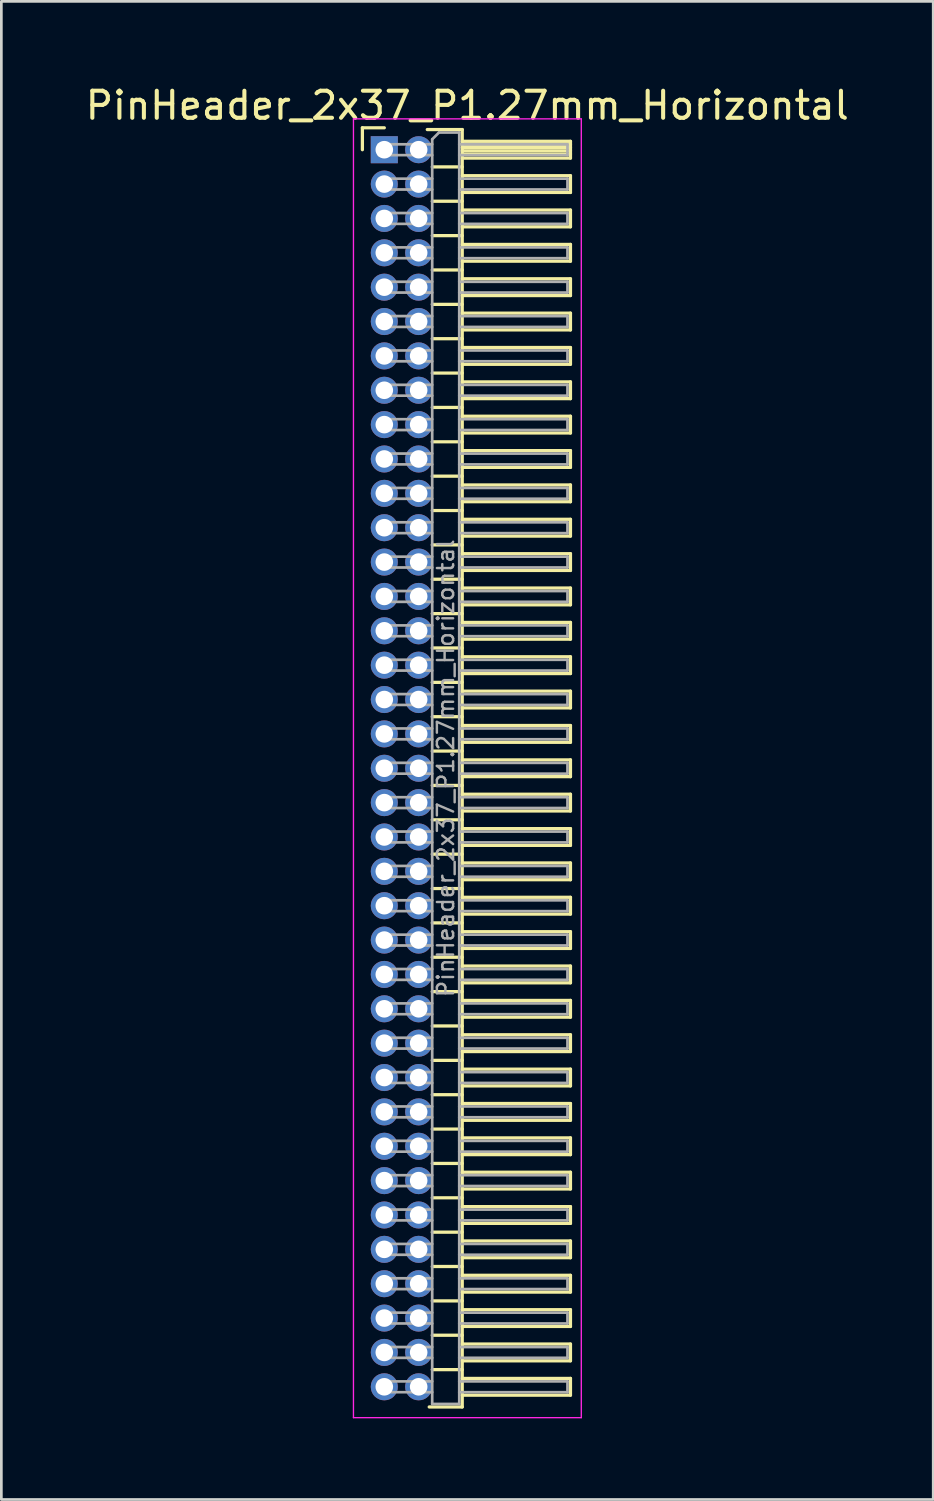
<source format=kicad_pcb>
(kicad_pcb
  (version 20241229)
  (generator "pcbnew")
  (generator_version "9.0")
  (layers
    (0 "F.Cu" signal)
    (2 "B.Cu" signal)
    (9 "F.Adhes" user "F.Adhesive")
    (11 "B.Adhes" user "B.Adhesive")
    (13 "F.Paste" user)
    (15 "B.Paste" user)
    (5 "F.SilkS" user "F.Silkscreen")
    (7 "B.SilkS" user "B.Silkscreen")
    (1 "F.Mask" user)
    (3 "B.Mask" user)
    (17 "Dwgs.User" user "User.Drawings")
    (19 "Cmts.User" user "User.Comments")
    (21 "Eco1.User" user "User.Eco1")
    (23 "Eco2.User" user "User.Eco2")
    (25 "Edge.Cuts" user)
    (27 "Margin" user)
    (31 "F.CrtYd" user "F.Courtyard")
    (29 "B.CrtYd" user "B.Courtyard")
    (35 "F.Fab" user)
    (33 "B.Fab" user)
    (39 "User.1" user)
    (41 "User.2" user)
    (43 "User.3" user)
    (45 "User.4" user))
  (footprint "PinHeader_2x37_P1.27mm_Horizontal"
    (layer "F.Cu")
    (at 11.153 2.483)
    (property "Reference" "PinHeader_2x37_P1.27mm_Horizontal" (at 3.067 -1.635 0) (layer "F.SilkS") (effects (font (size 1 1) (thickness 0.15))))
    (attr through_hole)
    (fp_line (start -0.81 -0.81) (end 0 -0.81) (stroke (width 0.12) (type solid)) (layer "F.SilkS"))
    (fp_line (start -0.81 0) (end -0.81 -0.81) (stroke (width 0.12) (type solid)) (layer "F.SilkS"))
    (fp_line (start 1.588 -0.745) (end 2.88 -0.745) (stroke (width 0.12) (type solid)) (layer "F.SilkS"))
    (fp_line (start 1.773 0.635) (end 2.88 0.635) (stroke (width 0.12) (type solid)) (layer "F.SilkS"))
    (fp_line (start 1.773 1.905) (end 2.88 1.905) (stroke (width 0.12) (type solid)) (layer "F.SilkS"))
    (fp_line (start 1.773 3.175) (end 2.88 3.175) (stroke (width 0.12) (type solid)) (layer "F.SilkS"))
    (fp_line (start 1.773 4.445) (end 2.88 4.445) (stroke (width 0.12) (type solid)) (layer "F.SilkS"))
    (fp_line (start 1.773 5.715) (end 2.88 5.715) (stroke (width 0.12) (type solid)) (layer "F.SilkS"))
    (fp_line (start 1.773 6.985) (end 2.88 6.985) (stroke (width 0.12) (type solid)) (layer "F.SilkS"))
    (fp_line (start 1.773 8.255) (end 2.88 8.255) (stroke (width 0.12) (type solid)) (layer "F.SilkS"))
    (fp_line (start 1.773 9.525) (end 2.88 9.525) (stroke (width 0.12) (type solid)) (layer "F.SilkS"))
    (fp_line (start 1.773 10.795) (end 2.88 10.795) (stroke (width 0.12) (type solid)) (layer "F.SilkS"))
    (fp_line (start 1.773 12.065) (end 2.88 12.065) (stroke (width 0.12) (type solid)) (layer "F.SilkS"))
    (fp_line (start 1.773 13.335) (end 2.88 13.335) (stroke (width 0.12) (type solid)) (layer "F.SilkS"))
    (fp_line (start 1.773 14.605) (end 2.88 14.605) (stroke (width 0.12) (type solid)) (layer "F.SilkS"))
    (fp_line (start 1.773 15.875) (end 2.88 15.875) (stroke (width 0.12) (type solid)) (layer "F.SilkS"))
    (fp_line (start 1.773 17.145) (end 2.88 17.145) (stroke (width 0.12) (type solid)) (layer "F.SilkS"))
    (fp_line (start 1.773 18.415) (end 2.88 18.415) (stroke (width 0.12) (type solid)) (layer "F.SilkS"))
    (fp_line (start 1.773 19.685) (end 2.88 19.685) (stroke (width 0.12) (type solid)) (layer "F.SilkS"))
    (fp_line (start 1.773 20.955) (end 2.88 20.955) (stroke (width 0.12) (type solid)) (layer "F.SilkS"))
    (fp_line (start 1.773 22.225) (end 2.88 22.225) (stroke (width 0.12) (type solid)) (layer "F.SilkS"))
    (fp_line (start 1.773 23.495) (end 2.88 23.495) (stroke (width 0.12) (type solid)) (layer "F.SilkS"))
    (fp_line (start 1.773 24.765) (end 2.88 24.765) (stroke (width 0.12) (type solid)) (layer "F.SilkS"))
    (fp_line (start 1.773 26.035) (end 2.88 26.035) (stroke (width 0.12) (type solid)) (layer "F.SilkS"))
    (fp_line (start 1.773 27.305) (end 2.88 27.305) (stroke (width 0.12) (type solid)) (layer "F.SilkS"))
    (fp_line (start 1.773 28.575) (end 2.88 28.575) (stroke (width 0.12) (type solid)) (layer "F.SilkS"))
    (fp_line (start 1.773 29.845) (end 2.88 29.845) (stroke (width 0.12) (type solid)) (layer "F.SilkS"))
    (fp_line (start 1.773 31.115) (end 2.88 31.115) (stroke (width 0.12) (type solid)) (layer "F.SilkS"))
    (fp_line (start 1.773 32.385) (end 2.88 32.385) (stroke (width 0.12) (type solid)) (layer "F.SilkS"))
    (fp_line (start 1.773 33.655) (end 2.88 33.655) (stroke (width 0.12) (type solid)) (layer "F.SilkS"))
    (fp_line (start 1.773 34.925) (end 2.88 34.925) (stroke (width 0.12) (type solid)) (layer "F.SilkS"))
    (fp_line (start 1.773 36.195) (end 2.88 36.195) (stroke (width 0.12) (type solid)) (layer "F.SilkS"))
    (fp_line (start 1.773 37.465) (end 2.88 37.465) (stroke (width 0.12) (type solid)) (layer "F.SilkS"))
    (fp_line (start 1.773 38.735) (end 2.88 38.735) (stroke (width 0.12) (type solid)) (layer "F.SilkS"))
    (fp_line (start 1.773 40.005) (end 2.88 40.005) (stroke (width 0.12) (type solid)) (layer "F.SilkS"))
    (fp_line (start 1.773 41.275) (end 2.88 41.275) (stroke (width 0.12) (type solid)) (layer "F.SilkS"))
    (fp_line (start 1.773 42.545) (end 2.88 42.545) (stroke (width 0.12) (type solid)) (layer "F.SilkS"))
    (fp_line (start 1.773 43.815) (end 2.88 43.815) (stroke (width 0.12) (type solid)) (layer "F.SilkS"))
    (fp_line (start 1.773 45.085) (end 2.88 45.085) (stroke (width 0.12) (type solid)) (layer "F.SilkS"))
    (fp_line (start 2.88 -0.745) (end 2.88 46.465) (stroke (width 0.12) (type solid)) (layer "F.SilkS"))
    (fp_line (start 2.88 -0.31) (end 6.88 -0.31) (stroke (width 0.12) (type solid)) (layer "F.SilkS"))
    (fp_line (start 2.88 -0.2) (end 6.88 -0.2) (stroke (width 0.12) (type solid)) (layer "F.SilkS"))
    (fp_line (start 2.88 -0.08) (end 6.88 -0.08) (stroke (width 0.12) (type solid)) (layer "F.SilkS"))
    (fp_line (start 2.88 0.04) (end 6.88 0.04) (stroke (width 0.12) (type solid)) (layer "F.SilkS"))
    (fp_line (start 2.88 0.16) (end 6.88 0.16) (stroke (width 0.12) (type solid)) (layer "F.SilkS"))
    (fp_line (start 2.88 0.96) (end 6.88 0.96) (stroke (width 0.12) (type solid)) (layer "F.SilkS"))
    (fp_line (start 2.88 2.23) (end 6.88 2.23) (stroke (width 0.12) (type solid)) (layer "F.SilkS"))
    (fp_line (start 2.88 3.5) (end 6.88 3.5) (stroke (width 0.12) (type solid)) (layer "F.SilkS"))
    (fp_line (start 2.88 4.77) (end 6.88 4.77) (stroke (width 0.12) (type solid)) (layer "F.SilkS"))
    (fp_line (start 2.88 6.04) (end 6.88 6.04) (stroke (width 0.12) (type solid)) (layer "F.SilkS"))
    (fp_line (start 2.88 7.31) (end 6.88 7.31) (stroke (width 0.12) (type solid)) (layer "F.SilkS"))
    (fp_line (start 2.88 8.58) (end 6.88 8.58) (stroke (width 0.12) (type solid)) (layer "F.SilkS"))
    (fp_line (start 2.88 9.85) (end 6.88 9.85) (stroke (width 0.12) (type solid)) (layer "F.SilkS"))
    (fp_line (start 2.88 11.12) (end 6.88 11.12) (stroke (width 0.12) (type solid)) (layer "F.SilkS"))
    (fp_line (start 2.88 12.39) (end 6.88 12.39) (stroke (width 0.12) (type solid)) (layer "F.SilkS"))
    (fp_line (start 2.88 13.66) (end 6.88 13.66) (stroke (width 0.12) (type solid)) (layer "F.SilkS"))
    (fp_line (start 2.88 14.93) (end 6.88 14.93) (stroke (width 0.12) (type solid)) (layer "F.SilkS"))
    (fp_line (start 2.88 16.2) (end 6.88 16.2) (stroke (width 0.12) (type solid)) (layer "F.SilkS"))
    (fp_line (start 2.88 17.47) (end 6.88 17.47) (stroke (width 0.12) (type solid)) (layer "F.SilkS"))
    (fp_line (start 2.88 18.74) (end 6.88 18.74) (stroke (width 0.12) (type solid)) (layer "F.SilkS"))
    (fp_line (start 2.88 20.01) (end 6.88 20.01) (stroke (width 0.12) (type solid)) (layer "F.SilkS"))
    (fp_line (start 2.88 21.28) (end 6.88 21.28) (stroke (width 0.12) (type solid)) (layer "F.SilkS"))
    (fp_line (start 2.88 22.55) (end 6.88 22.55) (stroke (width 0.12) (type solid)) (layer "F.SilkS"))
    (fp_line (start 2.88 23.82) (end 6.88 23.82) (stroke (width 0.12) (type solid)) (layer "F.SilkS"))
    (fp_line (start 2.88 25.09) (end 6.88 25.09) (stroke (width 0.12) (type solid)) (layer "F.SilkS"))
    (fp_line (start 2.88 26.36) (end 6.88 26.36) (stroke (width 0.12) (type solid)) (layer "F.SilkS"))
    (fp_line (start 2.88 27.63) (end 6.88 27.63) (stroke (width 0.12) (type solid)) (layer "F.SilkS"))
    (fp_line (start 2.88 28.9) (end 6.88 28.9) (stroke (width 0.12) (type solid)) (layer "F.SilkS"))
    (fp_line (start 2.88 30.17) (end 6.88 30.17) (stroke (width 0.12) (type solid)) (layer "F.SilkS"))
    (fp_line (start 2.88 31.44) (end 6.88 31.44) (stroke (width 0.12) (type solid)) (layer "F.SilkS"))
    (fp_line (start 2.88 32.71) (end 6.88 32.71) (stroke (width 0.12) (type solid)) (layer "F.SilkS"))
    (fp_line (start 2.88 33.98) (end 6.88 33.98) (stroke (width 0.12) (type solid)) (layer "F.SilkS"))
    (fp_line (start 2.88 35.25) (end 6.88 35.25) (stroke (width 0.12) (type solid)) (layer "F.SilkS"))
    (fp_line (start 2.88 36.52) (end 6.88 36.52) (stroke (width 0.12) (type solid)) (layer "F.SilkS"))
    (fp_line (start 2.88 37.79) (end 6.88 37.79) (stroke (width 0.12) (type solid)) (layer "F.SilkS"))
    (fp_line (start 2.88 39.06) (end 6.88 39.06) (stroke (width 0.12) (type solid)) (layer "F.SilkS"))
    (fp_line (start 2.88 40.33) (end 6.88 40.33) (stroke (width 0.12) (type solid)) (layer "F.SilkS"))
    (fp_line (start 2.88 41.6) (end 6.88 41.6) (stroke (width 0.12) (type solid)) (layer "F.SilkS"))
    (fp_line (start 2.88 42.87) (end 6.88 42.87) (stroke (width 0.12) (type solid)) (layer "F.SilkS"))
    (fp_line (start 2.88 44.14) (end 6.88 44.14) (stroke (width 0.12) (type solid)) (layer "F.SilkS"))
    (fp_line (start 2.88 45.41) (end 6.88 45.41) (stroke (width 0.12) (type solid)) (layer "F.SilkS"))
    (fp_line (start 2.88 46.465) (end 1.66 46.465) (stroke (width 0.12) (type solid)) (layer "F.SilkS"))
    (fp_line (start 6.88 -0.31) (end 6.88 0.31) (stroke (width 0.12) (type solid)) (layer "F.SilkS"))
    (fp_line (start 6.88 0.31) (end 2.88 0.31) (stroke (width 0.12) (type solid)) (layer "F.SilkS"))
    (fp_line (start 6.88 0.96) (end 6.88 1.58) (stroke (width 0.12) (type solid)) (layer "F.SilkS"))
    (fp_line (start 6.88 1.58) (end 2.88 1.58) (stroke (width 0.12) (type solid)) (layer "F.SilkS"))
    (fp_line (start 6.88 2.23) (end 6.88 2.85) (stroke (width 0.12) (type solid)) (layer "F.SilkS"))
    (fp_line (start 6.88 2.85) (end 2.88 2.85) (stroke (width 0.12) (type solid)) (layer "F.SilkS"))
    (fp_line (start 6.88 3.5) (end 6.88 4.12) (stroke (width 0.12) (type solid)) (layer "F.SilkS"))
    (fp_line (start 6.88 4.12) (end 2.88 4.12) (stroke (width 0.12) (type solid)) (layer "F.SilkS"))
    (fp_line (start 6.88 4.77) (end 6.88 5.39) (stroke (width 0.12) (type solid)) (layer "F.SilkS"))
    (fp_line (start 6.88 5.39) (end 2.88 5.39) (stroke (width 0.12) (type solid)) (layer "F.SilkS"))
    (fp_line (start 6.88 6.04) (end 6.88 6.66) (stroke (width 0.12) (type solid)) (layer "F.SilkS"))
    (fp_line (start 6.88 6.66) (end 2.88 6.66) (stroke (width 0.12) (type solid)) (layer "F.SilkS"))
    (fp_line (start 6.88 7.31) (end 6.88 7.93) (stroke (width 0.12) (type solid)) (layer "F.SilkS"))
    (fp_line (start 6.88 7.93) (end 2.88 7.93) (stroke (width 0.12) (type solid)) (layer "F.SilkS"))
    (fp_line (start 6.88 8.58) (end 6.88 9.2) (stroke (width 0.12) (type solid)) (layer "F.SilkS"))
    (fp_line (start 6.88 9.2) (end 2.88 9.2) (stroke (width 0.12) (type solid)) (layer "F.SilkS"))
    (fp_line (start 6.88 9.85) (end 6.88 10.47) (stroke (width 0.12) (type solid)) (layer "F.SilkS"))
    (fp_line (start 6.88 10.47) (end 2.88 10.47) (stroke (width 0.12) (type solid)) (layer "F.SilkS"))
    (fp_line (start 6.88 11.12) (end 6.88 11.74) (stroke (width 0.12) (type solid)) (layer "F.SilkS"))
    (fp_line (start 6.88 11.74) (end 2.88 11.74) (stroke (width 0.12) (type solid)) (layer "F.SilkS"))
    (fp_line (start 6.88 12.39) (end 6.88 13.01) (stroke (width 0.12) (type solid)) (layer "F.SilkS"))
    (fp_line (start 6.88 13.01) (end 2.88 13.01) (stroke (width 0.12) (type solid)) (layer "F.SilkS"))
    (fp_line (start 6.88 13.66) (end 6.88 14.28) (stroke (width 0.12) (type solid)) (layer "F.SilkS"))
    (fp_line (start 6.88 14.28) (end 2.88 14.28) (stroke (width 0.12) (type solid)) (layer "F.SilkS"))
    (fp_line (start 6.88 14.93) (end 6.88 15.55) (stroke (width 0.12) (type solid)) (layer "F.SilkS"))
    (fp_line (start 6.88 15.55) (end 2.88 15.55) (stroke (width 0.12) (type solid)) (layer "F.SilkS"))
    (fp_line (start 6.88 16.2) (end 6.88 16.82) (stroke (width 0.12) (type solid)) (layer "F.SilkS"))
    (fp_line (start 6.88 16.82) (end 2.88 16.82) (stroke (width 0.12) (type solid)) (layer "F.SilkS"))
    (fp_line (start 6.88 17.47) (end 6.88 18.09) (stroke (width 0.12) (type solid)) (layer "F.SilkS"))
    (fp_line (start 6.88 18.09) (end 2.88 18.09) (stroke (width 0.12) (type solid)) (layer "F.SilkS"))
    (fp_line (start 6.88 18.74) (end 6.88 19.36) (stroke (width 0.12) (type solid)) (layer "F.SilkS"))
    (fp_line (start 6.88 19.36) (end 2.88 19.36) (stroke (width 0.12) (type solid)) (layer "F.SilkS"))
    (fp_line (start 6.88 20.01) (end 6.88 20.63) (stroke (width 0.12) (type solid)) (layer "F.SilkS"))
    (fp_line (start 6.88 20.63) (end 2.88 20.63) (stroke (width 0.12) (type solid)) (layer "F.SilkS"))
    (fp_line (start 6.88 21.28) (end 6.88 21.9) (stroke (width 0.12) (type solid)) (layer "F.SilkS"))
    (fp_line (start 6.88 21.9) (end 2.88 21.9) (stroke (width 0.12) (type solid)) (layer "F.SilkS"))
    (fp_line (start 6.88 22.55) (end 6.88 23.17) (stroke (width 0.12) (type solid)) (layer "F.SilkS"))
    (fp_line (start 6.88 23.17) (end 2.88 23.17) (stroke (width 0.12) (type solid)) (layer "F.SilkS"))
    (fp_line (start 6.88 23.82) (end 6.88 24.44) (stroke (width 0.12) (type solid)) (layer "F.SilkS"))
    (fp_line (start 6.88 24.44) (end 2.88 24.44) (stroke (width 0.12) (type solid)) (layer "F.SilkS"))
    (fp_line (start 6.88 25.09) (end 6.88 25.71) (stroke (width 0.12) (type solid)) (layer "F.SilkS"))
    (fp_line (start 6.88 25.71) (end 2.88 25.71) (stroke (width 0.12) (type solid)) (layer "F.SilkS"))
    (fp_line (start 6.88 26.36) (end 6.88 26.98) (stroke (width 0.12) (type solid)) (layer "F.SilkS"))
    (fp_line (start 6.88 26.98) (end 2.88 26.98) (stroke (width 0.12) (type solid)) (layer "F.SilkS"))
    (fp_line (start 6.88 27.63) (end 6.88 28.25) (stroke (width 0.12) (type solid)) (layer "F.SilkS"))
    (fp_line (start 6.88 28.25) (end 2.88 28.25) (stroke (width 0.12) (type solid)) (layer "F.SilkS"))
    (fp_line (start 6.88 28.9) (end 6.88 29.52) (stroke (width 0.12) (type solid)) (layer "F.SilkS"))
    (fp_line (start 6.88 29.52) (end 2.88 29.52) (stroke (width 0.12) (type solid)) (layer "F.SilkS"))
    (fp_line (start 6.88 30.17) (end 6.88 30.79) (stroke (width 0.12) (type solid)) (layer "F.SilkS"))
    (fp_line (start 6.88 30.79) (end 2.88 30.79) (stroke (width 0.12) (type solid)) (layer "F.SilkS"))
    (fp_line (start 6.88 31.44) (end 6.88 32.06) (stroke (width 0.12) (type solid)) (layer "F.SilkS"))
    (fp_line (start 6.88 32.06) (end 2.88 32.06) (stroke (width 0.12) (type solid)) (layer "F.SilkS"))
    (fp_line (start 6.88 32.71) (end 6.88 33.33) (stroke (width 0.12) (type solid)) (layer "F.SilkS"))
    (fp_line (start 6.88 33.33) (end 2.88 33.33) (stroke (width 0.12) (type solid)) (layer "F.SilkS"))
    (fp_line (start 6.88 33.98) (end 6.88 34.6) (stroke (width 0.12) (type solid)) (layer "F.SilkS"))
    (fp_line (start 6.88 34.6) (end 2.88 34.6) (stroke (width 0.12) (type solid)) (layer "F.SilkS"))
    (fp_line (start 6.88 35.25) (end 6.88 35.87) (stroke (width 0.12) (type solid)) (layer "F.SilkS"))
    (fp_line (start 6.88 35.87) (end 2.88 35.87) (stroke (width 0.12) (type solid)) (layer "F.SilkS"))
    (fp_line (start 6.88 36.52) (end 6.88 37.14) (stroke (width 0.12) (type solid)) (layer "F.SilkS"))
    (fp_line (start 6.88 37.14) (end 2.88 37.14) (stroke (width 0.12) (type solid)) (layer "F.SilkS"))
    (fp_line (start 6.88 37.79) (end 6.88 38.41) (stroke (width 0.12) (type solid)) (layer "F.SilkS"))
    (fp_line (start 6.88 38.41) (end 2.88 38.41) (stroke (width 0.12) (type solid)) (layer "F.SilkS"))
    (fp_line (start 6.88 39.06) (end 6.88 39.68) (stroke (width 0.12) (type solid)) (layer "F.SilkS"))
    (fp_line (start 6.88 39.68) (end 2.88 39.68) (stroke (width 0.12) (type solid)) (layer "F.SilkS"))
    (fp_line (start 6.88 40.33) (end 6.88 40.95) (stroke (width 0.12) (type solid)) (layer "F.SilkS"))
    (fp_line (start 6.88 40.95) (end 2.88 40.95) (stroke (width 0.12) (type solid)) (layer "F.SilkS"))
    (fp_line (start 6.88 41.6) (end 6.88 42.22) (stroke (width 0.12) (type solid)) (layer "F.SilkS"))
    (fp_line (start 6.88 42.22) (end 2.88 42.22) (stroke (width 0.12) (type solid)) (layer "F.SilkS"))
    (fp_line (start 6.88 42.87) (end 6.88 43.49) (stroke (width 0.12) (type solid)) (layer "F.SilkS"))
    (fp_line (start 6.88 43.49) (end 2.88 43.49) (stroke (width 0.12) (type solid)) (layer "F.SilkS"))
    (fp_line (start 6.88 44.14) (end 6.88 44.76) (stroke (width 0.12) (type solid)) (layer "F.SilkS"))
    (fp_line (start 6.88 44.76) (end 2.88 44.76) (stroke (width 0.12) (type solid)) (layer "F.SilkS"))
    (fp_line (start 6.88 45.41) (end 6.88 46.03) (stroke (width 0.12) (type solid)) (layer "F.SilkS"))
    (fp_line (start 6.88 46.03) (end 2.88 46.03) (stroke (width 0.12) (type solid)) (layer "F.SilkS"))
    (fp_line (start -1.14 -1.14) (end -1.14 46.86) (stroke (width 0.05) (type solid)) (layer "F.CrtYd"))
    (fp_line (start -1.14 46.86) (end 7.28 46.86) (stroke (width 0.05) (type solid)) (layer "F.CrtYd"))
    (fp_line (start 7.28 -1.14) (end -1.14 -1.14) (stroke (width 0.05) (type solid)) (layer "F.CrtYd"))
    (fp_line (start 7.28 46.86) (end 7.28 -1.14) (stroke (width 0.05) (type solid)) (layer "F.CrtYd"))
    (fp_line (start -0.2 -0.2) (end -0.2 0.2) (stroke (width 0.1) (type solid)) (layer "F.Fab"))
    (fp_line (start -0.2 -0.2) (end 1.77 -0.2) (stroke (width 0.1) (type solid)) (layer "F.Fab"))
    (fp_line (start -0.2 0.2) (end 1.77 0.2) (stroke (width 0.1) (type solid)) (layer "F.Fab"))
    (fp_line (start -0.2 1.07) (end -0.2 1.47) (stroke (width 0.1) (type solid)) (layer "F.Fab"))
    (fp_line (start -0.2 1.07) (end 1.77 1.07) (stroke (width 0.1) (type solid)) (layer "F.Fab"))
    (fp_line (start -0.2 1.47) (end 1.77 1.47) (stroke (width 0.1) (type solid)) (layer "F.Fab"))
    (fp_line (start -0.2 2.34) (end -0.2 2.74) (stroke (width 0.1) (type solid)) (layer "F.Fab"))
    (fp_line (start -0.2 2.34) (end 1.77 2.34) (stroke (width 0.1) (type solid)) (layer "F.Fab"))
    (fp_line (start -0.2 2.74) (end 1.77 2.74) (stroke (width 0.1) (type solid)) (layer "F.Fab"))
    (fp_line (start -0.2 3.61) (end -0.2 4.01) (stroke (width 0.1) (type solid)) (layer "F.Fab"))
    (fp_line (start -0.2 3.61) (end 1.77 3.61) (stroke (width 0.1) (type solid)) (layer "F.Fab"))
    (fp_line (start -0.2 4.01) (end 1.77 4.01) (stroke (width 0.1) (type solid)) (layer "F.Fab"))
    (fp_line (start -0.2 4.88) (end -0.2 5.28) (stroke (width 0.1) (type solid)) (layer "F.Fab"))
    (fp_line (start -0.2 4.88) (end 1.77 4.88) (stroke (width 0.1) (type solid)) (layer "F.Fab"))
    (fp_line (start -0.2 5.28) (end 1.77 5.28) (stroke (width 0.1) (type solid)) (layer "F.Fab"))
    (fp_line (start -0.2 6.15) (end -0.2 6.55) (stroke (width 0.1) (type solid)) (layer "F.Fab"))
    (fp_line (start -0.2 6.15) (end 1.77 6.15) (stroke (width 0.1) (type solid)) (layer "F.Fab"))
    (fp_line (start -0.2 6.55) (end 1.77 6.55) (stroke (width 0.1) (type solid)) (layer "F.Fab"))
    (fp_line (start -0.2 7.42) (end -0.2 7.82) (stroke (width 0.1) (type solid)) (layer "F.Fab"))
    (fp_line (start -0.2 7.42) (end 1.77 7.42) (stroke (width 0.1) (type solid)) (layer "F.Fab"))
    (fp_line (start -0.2 7.82) (end 1.77 7.82) (stroke (width 0.1) (type solid)) (layer "F.Fab"))
    (fp_line (start -0.2 8.69) (end -0.2 9.09) (stroke (width 0.1) (type solid)) (layer "F.Fab"))
    (fp_line (start -0.2 8.69) (end 1.77 8.69) (stroke (width 0.1) (type solid)) (layer "F.Fab"))
    (fp_line (start -0.2 9.09) (end 1.77 9.09) (stroke (width 0.1) (type solid)) (layer "F.Fab"))
    (fp_line (start -0.2 9.96) (end -0.2 10.36) (stroke (width 0.1) (type solid)) (layer "F.Fab"))
    (fp_line (start -0.2 9.96) (end 1.77 9.96) (stroke (width 0.1) (type solid)) (layer "F.Fab"))
    (fp_line (start -0.2 10.36) (end 1.77 10.36) (stroke (width 0.1) (type solid)) (layer "F.Fab"))
    (fp_line (start -0.2 11.23) (end -0.2 11.63) (stroke (width 0.1) (type solid)) (layer "F.Fab"))
    (fp_line (start -0.2 11.23) (end 1.77 11.23) (stroke (width 0.1) (type solid)) (layer "F.Fab"))
    (fp_line (start -0.2 11.63) (end 1.77 11.63) (stroke (width 0.1) (type solid)) (layer "F.Fab"))
    (fp_line (start -0.2 12.5) (end -0.2 12.9) (stroke (width 0.1) (type solid)) (layer "F.Fab"))
    (fp_line (start -0.2 12.5) (end 1.77 12.5) (stroke (width 0.1) (type solid)) (layer "F.Fab"))
    (fp_line (start -0.2 12.9) (end 1.77 12.9) (stroke (width 0.1) (type solid)) (layer "F.Fab"))
    (fp_line (start -0.2 13.77) (end -0.2 14.17) (stroke (width 0.1) (type solid)) (layer "F.Fab"))
    (fp_line (start -0.2 13.77) (end 1.77 13.77) (stroke (width 0.1) (type solid)) (layer "F.Fab"))
    (fp_line (start -0.2 14.17) (end 1.77 14.17) (stroke (width 0.1) (type solid)) (layer "F.Fab"))
    (fp_line (start -0.2 15.04) (end -0.2 15.44) (stroke (width 0.1) (type solid)) (layer "F.Fab"))
    (fp_line (start -0.2 15.04) (end 1.77 15.04) (stroke (width 0.1) (type solid)) (layer "F.Fab"))
    (fp_line (start -0.2 15.44) (end 1.77 15.44) (stroke (width 0.1) (type solid)) (layer "F.Fab"))
    (fp_line (start -0.2 16.31) (end -0.2 16.71) (stroke (width 0.1) (type solid)) (layer "F.Fab"))
    (fp_line (start -0.2 16.31) (end 1.77 16.31) (stroke (width 0.1) (type solid)) (layer "F.Fab"))
    (fp_line (start -0.2 16.71) (end 1.77 16.71) (stroke (width 0.1) (type solid)) (layer "F.Fab"))
    (fp_line (start -0.2 17.58) (end -0.2 17.98) (stroke (width 0.1) (type solid)) (layer "F.Fab"))
    (fp_line (start -0.2 17.58) (end 1.77 17.58) (stroke (width 0.1) (type solid)) (layer "F.Fab"))
    (fp_line (start -0.2 17.98) (end 1.77 17.98) (stroke (width 0.1) (type solid)) (layer "F.Fab"))
    (fp_line (start -0.2 18.85) (end -0.2 19.25) (stroke (width 0.1) (type solid)) (layer "F.Fab"))
    (fp_line (start -0.2 18.85) (end 1.77 18.85) (stroke (width 0.1) (type solid)) (layer "F.Fab"))
    (fp_line (start -0.2 19.25) (end 1.77 19.25) (stroke (width 0.1) (type solid)) (layer "F.Fab"))
    (fp_line (start -0.2 20.12) (end -0.2 20.52) (stroke (width 0.1) (type solid)) (layer "F.Fab"))
    (fp_line (start -0.2 20.12) (end 1.77 20.12) (stroke (width 0.1) (type solid)) (layer "F.Fab"))
    (fp_line (start -0.2 20.52) (end 1.77 20.52) (stroke (width 0.1) (type solid)) (layer "F.Fab"))
    (fp_line (start -0.2 21.39) (end -0.2 21.79) (stroke (width 0.1) (type solid)) (layer "F.Fab"))
    (fp_line (start -0.2 21.39) (end 1.77 21.39) (stroke (width 0.1) (type solid)) (layer "F.Fab"))
    (fp_line (start -0.2 21.79) (end 1.77 21.79) (stroke (width 0.1) (type solid)) (layer "F.Fab"))
    (fp_line (start -0.2 22.66) (end -0.2 23.06) (stroke (width 0.1) (type solid)) (layer "F.Fab"))
    (fp_line (start -0.2 22.66) (end 1.77 22.66) (stroke (width 0.1) (type solid)) (layer "F.Fab"))
    (fp_line (start -0.2 23.06) (end 1.77 23.06) (stroke (width 0.1) (type solid)) (layer "F.Fab"))
    (fp_line (start -0.2 23.93) (end -0.2 24.33) (stroke (width 0.1) (type solid)) (layer "F.Fab"))
    (fp_line (start -0.2 23.93) (end 1.77 23.93) (stroke (width 0.1) (type solid)) (layer "F.Fab"))
    (fp_line (start -0.2 24.33) (end 1.77 24.33) (stroke (width 0.1) (type solid)) (layer "F.Fab"))
    (fp_line (start -0.2 25.2) (end -0.2 25.6) (stroke (width 0.1) (type solid)) (layer "F.Fab"))
    (fp_line (start -0.2 25.2) (end 1.77 25.2) (stroke (width 0.1) (type solid)) (layer "F.Fab"))
    (fp_line (start -0.2 25.6) (end 1.77 25.6) (stroke (width 0.1) (type solid)) (layer "F.Fab"))
    (fp_line (start -0.2 26.47) (end -0.2 26.87) (stroke (width 0.1) (type solid)) (layer "F.Fab"))
    (fp_line (start -0.2 26.47) (end 1.77 26.47) (stroke (width 0.1) (type solid)) (layer "F.Fab"))
    (fp_line (start -0.2 26.87) (end 1.77 26.87) (stroke (width 0.1) (type solid)) (layer "F.Fab"))
    (fp_line (start -0.2 27.74) (end -0.2 28.14) (stroke (width 0.1) (type solid)) (layer "F.Fab"))
    (fp_line (start -0.2 27.74) (end 1.77 27.74) (stroke (width 0.1) (type solid)) (layer "F.Fab"))
    (fp_line (start -0.2 28.14) (end 1.77 28.14) (stroke (width 0.1) (type solid)) (layer "F.Fab"))
    (fp_line (start -0.2 29.01) (end -0.2 29.41) (stroke (width 0.1) (type solid)) (layer "F.Fab"))
    (fp_line (start -0.2 29.01) (end 1.77 29.01) (stroke (width 0.1) (type solid)) (layer "F.Fab"))
    (fp_line (start -0.2 29.41) (end 1.77 29.41) (stroke (width 0.1) (type solid)) (layer "F.Fab"))
    (fp_line (start -0.2 30.28) (end -0.2 30.68) (stroke (width 0.1) (type solid)) (layer "F.Fab"))
    (fp_line (start -0.2 30.28) (end 1.77 30.28) (stroke (width 0.1) (type solid)) (layer "F.Fab"))
    (fp_line (start -0.2 30.68) (end 1.77 30.68) (stroke (width 0.1) (type solid)) (layer "F.Fab"))
    (fp_line (start -0.2 31.55) (end -0.2 31.95) (stroke (width 0.1) (type solid)) (layer "F.Fab"))
    (fp_line (start -0.2 31.55) (end 1.77 31.55) (stroke (width 0.1) (type solid)) (layer "F.Fab"))
    (fp_line (start -0.2 31.95) (end 1.77 31.95) (stroke (width 0.1) (type solid)) (layer "F.Fab"))
    (fp_line (start -0.2 32.82) (end -0.2 33.22) (stroke (width 0.1) (type solid)) (layer "F.Fab"))
    (fp_line (start -0.2 32.82) (end 1.77 32.82) (stroke (width 0.1) (type solid)) (layer "F.Fab"))
    (fp_line (start -0.2 33.22) (end 1.77 33.22) (stroke (width 0.1) (type solid)) (layer "F.Fab"))
    (fp_line (start -0.2 34.09) (end -0.2 34.49) (stroke (width 0.1) (type solid)) (layer "F.Fab"))
    (fp_line (start -0.2 34.09) (end 1.77 34.09) (stroke (width 0.1) (type solid)) (layer "F.Fab"))
    (fp_line (start -0.2 34.49) (end 1.77 34.49) (stroke (width 0.1) (type solid)) (layer "F.Fab"))
    (fp_line (start -0.2 35.36) (end -0.2 35.76) (stroke (width 0.1) (type solid)) (layer "F.Fab"))
    (fp_line (start -0.2 35.36) (end 1.77 35.36) (stroke (width 0.1) (type solid)) (layer "F.Fab"))
    (fp_line (start -0.2 35.76) (end 1.77 35.76) (stroke (width 0.1) (type solid)) (layer "F.Fab"))
    (fp_line (start -0.2 36.63) (end -0.2 37.03) (stroke (width 0.1) (type solid)) (layer "F.Fab"))
    (fp_line (start -0.2 36.63) (end 1.77 36.63) (stroke (width 0.1) (type solid)) (layer "F.Fab"))
    (fp_line (start -0.2 37.03) (end 1.77 37.03) (stroke (width 0.1) (type solid)) (layer "F.Fab"))
    (fp_line (start -0.2 37.9) (end -0.2 38.3) (stroke (width 0.1) (type solid)) (layer "F.Fab"))
    (fp_line (start -0.2 37.9) (end 1.77 37.9) (stroke (width 0.1) (type solid)) (layer "F.Fab"))
    (fp_line (start -0.2 38.3) (end 1.77 38.3) (stroke (width 0.1) (type solid)) (layer "F.Fab"))
    (fp_line (start -0.2 39.17) (end -0.2 39.57) (stroke (width 0.1) (type solid)) (layer "F.Fab"))
    (fp_line (start -0.2 39.17) (end 1.77 39.17) (stroke (width 0.1) (type solid)) (layer "F.Fab"))
    (fp_line (start -0.2 39.57) (end 1.77 39.57) (stroke (width 0.1) (type solid)) (layer "F.Fab"))
    (fp_line (start -0.2 40.44) (end -0.2 40.84) (stroke (width 0.1) (type solid)) (layer "F.Fab"))
    (fp_line (start -0.2 40.44) (end 1.77 40.44) (stroke (width 0.1) (type solid)) (layer "F.Fab"))
    (fp_line (start -0.2 40.84) (end 1.77 40.84) (stroke (width 0.1) (type solid)) (layer "F.Fab"))
    (fp_line (start -0.2 41.71) (end -0.2 42.11) (stroke (width 0.1) (type solid)) (layer "F.Fab"))
    (fp_line (start -0.2 41.71) (end 1.77 41.71) (stroke (width 0.1) (type solid)) (layer "F.Fab"))
    (fp_line (start -0.2 42.11) (end 1.77 42.11) (stroke (width 0.1) (type solid)) (layer "F.Fab"))
    (fp_line (start -0.2 42.98) (end -0.2 43.38) (stroke (width 0.1) (type solid)) (layer "F.Fab"))
    (fp_line (start -0.2 42.98) (end 1.77 42.98) (stroke (width 0.1) (type solid)) (layer "F.Fab"))
    (fp_line (start -0.2 43.38) (end 1.77 43.38) (stroke (width 0.1) (type solid)) (layer "F.Fab"))
    (fp_line (start -0.2 44.25) (end -0.2 44.65) (stroke (width 0.1) (type solid)) (layer "F.Fab"))
    (fp_line (start -0.2 44.25) (end 1.77 44.25) (stroke (width 0.1) (type solid)) (layer "F.Fab"))
    (fp_line (start -0.2 44.65) (end 1.77 44.65) (stroke (width 0.1) (type solid)) (layer "F.Fab"))
    (fp_line (start -0.2 45.52) (end -0.2 45.92) (stroke (width 0.1) (type solid)) (layer "F.Fab"))
    (fp_line (start -0.2 45.52) (end 1.77 45.52) (stroke (width 0.1) (type solid)) (layer "F.Fab"))
    (fp_line (start -0.2 45.92) (end 1.77 45.92) (stroke (width 0.1) (type solid)) (layer "F.Fab"))
    (fp_line (start 1.77 -0.385) (end 2.02 -0.635) (stroke (width 0.1) (type solid)) (layer "F.Fab"))
    (fp_line (start 1.77 46.355) (end 1.77 -0.385) (stroke (width 0.1) (type solid)) (layer "F.Fab"))
    (fp_line (start 2.02 -0.635) (end 2.77 -0.635) (stroke (width 0.1) (type solid)) (layer "F.Fab"))
    (fp_line (start 2.77 -0.635) (end 2.77 46.355) (stroke (width 0.1) (type solid)) (layer "F.Fab"))
    (fp_line (start 2.77 -0.2) (end 6.77 -0.2) (stroke (width 0.1) (type solid)) (layer "F.Fab"))
    (fp_line (start 2.77 0.2) (end 6.77 0.2) (stroke (width 0.1) (type solid)) (layer "F.Fab"))
    (fp_line (start 2.77 1.07) (end 6.77 1.07) (stroke (width 0.1) (type solid)) (layer "F.Fab"))
    (fp_line (start 2.77 1.47) (end 6.77 1.47) (stroke (width 0.1) (type solid)) (layer "F.Fab"))
    (fp_line (start 2.77 2.34) (end 6.77 2.34) (stroke (width 0.1) (type solid)) (layer "F.Fab"))
    (fp_line (start 2.77 2.74) (end 6.77 2.74) (stroke (width 0.1) (type solid)) (layer "F.Fab"))
    (fp_line (start 2.77 3.61) (end 6.77 3.61) (stroke (width 0.1) (type solid)) (layer "F.Fab"))
    (fp_line (start 2.77 4.01) (end 6.77 4.01) (stroke (width 0.1) (type solid)) (layer "F.Fab"))
    (fp_line (start 2.77 4.88) (end 6.77 4.88) (stroke (width 0.1) (type solid)) (layer "F.Fab"))
    (fp_line (start 2.77 5.28) (end 6.77 5.28) (stroke (width 0.1) (type solid)) (layer "F.Fab"))
    (fp_line (start 2.77 6.15) (end 6.77 6.15) (stroke (width 0.1) (type solid)) (layer "F.Fab"))
    (fp_line (start 2.77 6.55) (end 6.77 6.55) (stroke (width 0.1) (type solid)) (layer "F.Fab"))
    (fp_line (start 2.77 7.42) (end 6.77 7.42) (stroke (width 0.1) (type solid)) (layer "F.Fab"))
    (fp_line (start 2.77 7.82) (end 6.77 7.82) (stroke (width 0.1) (type solid)) (layer "F.Fab"))
    (fp_line (start 2.77 8.69) (end 6.77 8.69) (stroke (width 0.1) (type solid)) (layer "F.Fab"))
    (fp_line (start 2.77 9.09) (end 6.77 9.09) (stroke (width 0.1) (type solid)) (layer "F.Fab"))
    (fp_line (start 2.77 9.96) (end 6.77 9.96) (stroke (width 0.1) (type solid)) (layer "F.Fab"))
    (fp_line (start 2.77 10.36) (end 6.77 10.36) (stroke (width 0.1) (type solid)) (layer "F.Fab"))
    (fp_line (start 2.77 11.23) (end 6.77 11.23) (stroke (width 0.1) (type solid)) (layer "F.Fab"))
    (fp_line (start 2.77 11.63) (end 6.77 11.63) (stroke (width 0.1) (type solid)) (layer "F.Fab"))
    (fp_line (start 2.77 12.5) (end 6.77 12.5) (stroke (width 0.1) (type solid)) (layer "F.Fab"))
    (fp_line (start 2.77 12.9) (end 6.77 12.9) (stroke (width 0.1) (type solid)) (layer "F.Fab"))
    (fp_line (start 2.77 13.77) (end 6.77 13.77) (stroke (width 0.1) (type solid)) (layer "F.Fab"))
    (fp_line (start 2.77 14.17) (end 6.77 14.17) (stroke (width 0.1) (type solid)) (layer "F.Fab"))
    (fp_line (start 2.77 15.04) (end 6.77 15.04) (stroke (width 0.1) (type solid)) (layer "F.Fab"))
    (fp_line (start 2.77 15.44) (end 6.77 15.44) (stroke (width 0.1) (type solid)) (layer "F.Fab"))
    (fp_line (start 2.77 16.31) (end 6.77 16.31) (stroke (width 0.1) (type solid)) (layer "F.Fab"))
    (fp_line (start 2.77 16.71) (end 6.77 16.71) (stroke (width 0.1) (type solid)) (layer "F.Fab"))
    (fp_line (start 2.77 17.58) (end 6.77 17.58) (stroke (width 0.1) (type solid)) (layer "F.Fab"))
    (fp_line (start 2.77 17.98) (end 6.77 17.98) (stroke (width 0.1) (type solid)) (layer "F.Fab"))
    (fp_line (start 2.77 18.85) (end 6.77 18.85) (stroke (width 0.1) (type solid)) (layer "F.Fab"))
    (fp_line (start 2.77 19.25) (end 6.77 19.25) (stroke (width 0.1) (type solid)) (layer "F.Fab"))
    (fp_line (start 2.77 20.12) (end 6.77 20.12) (stroke (width 0.1) (type solid)) (layer "F.Fab"))
    (fp_line (start 2.77 20.52) (end 6.77 20.52) (stroke (width 0.1) (type solid)) (layer "F.Fab"))
    (fp_line (start 2.77 21.39) (end 6.77 21.39) (stroke (width 0.1) (type solid)) (layer "F.Fab"))
    (fp_line (start 2.77 21.79) (end 6.77 21.79) (stroke (width 0.1) (type solid)) (layer "F.Fab"))
    (fp_line (start 2.77 22.66) (end 6.77 22.66) (stroke (width 0.1) (type solid)) (layer "F.Fab"))
    (fp_line (start 2.77 23.06) (end 6.77 23.06) (stroke (width 0.1) (type solid)) (layer "F.Fab"))
    (fp_line (start 2.77 23.93) (end 6.77 23.93) (stroke (width 0.1) (type solid)) (layer "F.Fab"))
    (fp_line (start 2.77 24.33) (end 6.77 24.33) (stroke (width 0.1) (type solid)) (layer "F.Fab"))
    (fp_line (start 2.77 25.2) (end 6.77 25.2) (stroke (width 0.1) (type solid)) (layer "F.Fab"))
    (fp_line (start 2.77 25.6) (end 6.77 25.6) (stroke (width 0.1) (type solid)) (layer "F.Fab"))
    (fp_line (start 2.77 26.47) (end 6.77 26.47) (stroke (width 0.1) (type solid)) (layer "F.Fab"))
    (fp_line (start 2.77 26.87) (end 6.77 26.87) (stroke (width 0.1) (type solid)) (layer "F.Fab"))
    (fp_line (start 2.77 27.74) (end 6.77 27.74) (stroke (width 0.1) (type solid)) (layer "F.Fab"))
    (fp_line (start 2.77 28.14) (end 6.77 28.14) (stroke (width 0.1) (type solid)) (layer "F.Fab"))
    (fp_line (start 2.77 29.01) (end 6.77 29.01) (stroke (width 0.1) (type solid)) (layer "F.Fab"))
    (fp_line (start 2.77 29.41) (end 6.77 29.41) (stroke (width 0.1) (type solid)) (layer "F.Fab"))
    (fp_line (start 2.77 30.28) (end 6.77 30.28) (stroke (width 0.1) (type solid)) (layer "F.Fab"))
    (fp_line (start 2.77 30.68) (end 6.77 30.68) (stroke (width 0.1) (type solid)) (layer "F.Fab"))
    (fp_line (start 2.77 31.55) (end 6.77 31.55) (stroke (width 0.1) (type solid)) (layer "F.Fab"))
    (fp_line (start 2.77 31.95) (end 6.77 31.95) (stroke (width 0.1) (type solid)) (layer "F.Fab"))
    (fp_line (start 2.77 32.82) (end 6.77 32.82) (stroke (width 0.1) (type solid)) (layer "F.Fab"))
    (fp_line (start 2.77 33.22) (end 6.77 33.22) (stroke (width 0.1) (type solid)) (layer "F.Fab"))
    (fp_line (start 2.77 34.09) (end 6.77 34.09) (stroke (width 0.1) (type solid)) (layer "F.Fab"))
    (fp_line (start 2.77 34.49) (end 6.77 34.49) (stroke (width 0.1) (type solid)) (layer "F.Fab"))
    (fp_line (start 2.77 35.36) (end 6.77 35.36) (stroke (width 0.1) (type solid)) (layer "F.Fab"))
    (fp_line (start 2.77 35.76) (end 6.77 35.76) (stroke (width 0.1) (type solid)) (layer "F.Fab"))
    (fp_line (start 2.77 36.63) (end 6.77 36.63) (stroke (width 0.1) (type solid)) (layer "F.Fab"))
    (fp_line (start 2.77 37.03) (end 6.77 37.03) (stroke (width 0.1) (type solid)) (layer "F.Fab"))
    (fp_line (start 2.77 37.9) (end 6.77 37.9) (stroke (width 0.1) (type solid)) (layer "F.Fab"))
    (fp_line (start 2.77 38.3) (end 6.77 38.3) (stroke (width 0.1) (type solid)) (layer "F.Fab"))
    (fp_line (start 2.77 39.17) (end 6.77 39.17) (stroke (width 0.1) (type solid)) (layer "F.Fab"))
    (fp_line (start 2.77 39.57) (end 6.77 39.57) (stroke (width 0.1) (type solid)) (layer "F.Fab"))
    (fp_line (start 2.77 40.44) (end 6.77 40.44) (stroke (width 0.1) (type solid)) (layer "F.Fab"))
    (fp_line (start 2.77 40.84) (end 6.77 40.84) (stroke (width 0.1) (type solid)) (layer "F.Fab"))
    (fp_line (start 2.77 41.71) (end 6.77 41.71) (stroke (width 0.1) (type solid)) (layer "F.Fab"))
    (fp_line (start 2.77 42.11) (end 6.77 42.11) (stroke (width 0.1) (type solid)) (layer "F.Fab"))
    (fp_line (start 2.77 42.98) (end 6.77 42.98) (stroke (width 0.1) (type solid)) (layer "F.Fab"))
    (fp_line (start 2.77 43.38) (end 6.77 43.38) (stroke (width 0.1) (type solid)) (layer "F.Fab"))
    (fp_line (start 2.77 44.25) (end 6.77 44.25) (stroke (width 0.1) (type solid)) (layer "F.Fab"))
    (fp_line (start 2.77 44.65) (end 6.77 44.65) (stroke (width 0.1) (type solid)) (layer "F.Fab"))
    (fp_line (start 2.77 45.52) (end 6.77 45.52) (stroke (width 0.1) (type solid)) (layer "F.Fab"))
    (fp_line (start 2.77 45.92) (end 6.77 45.92) (stroke (width 0.1) (type solid)) (layer "F.Fab"))
    (fp_line (start 2.77 46.355) (end 1.77 46.355) (stroke (width 0.1) (type solid)) (layer "F.Fab"))
    (fp_line (start 6.77 -0.2) (end 6.77 0.2) (stroke (width 0.1) (type solid)) (layer "F.Fab"))
    (fp_line (start 6.77 1.07) (end 6.77 1.47) (stroke (width 0.1) (type solid)) (layer "F.Fab"))
    (fp_line (start 6.77 2.34) (end 6.77 2.74) (stroke (width 0.1) (type solid)) (layer "F.Fab"))
    (fp_line (start 6.77 3.61) (end 6.77 4.01) (stroke (width 0.1) (type solid)) (layer "F.Fab"))
    (fp_line (start 6.77 4.88) (end 6.77 5.28) (stroke (width 0.1) (type solid)) (layer "F.Fab"))
    (fp_line (start 6.77 6.15) (end 6.77 6.55) (stroke (width 0.1) (type solid)) (layer "F.Fab"))
    (fp_line (start 6.77 7.42) (end 6.77 7.82) (stroke (width 0.1) (type solid)) (layer "F.Fab"))
    (fp_line (start 6.77 8.69) (end 6.77 9.09) (stroke (width 0.1) (type solid)) (layer "F.Fab"))
    (fp_line (start 6.77 9.96) (end 6.77 10.36) (stroke (width 0.1) (type solid)) (layer "F.Fab"))
    (fp_line (start 6.77 11.23) (end 6.77 11.63) (stroke (width 0.1) (type solid)) (layer "F.Fab"))
    (fp_line (start 6.77 12.5) (end 6.77 12.9) (stroke (width 0.1) (type solid)) (layer "F.Fab"))
    (fp_line (start 6.77 13.77) (end 6.77 14.17) (stroke (width 0.1) (type solid)) (layer "F.Fab"))
    (fp_line (start 6.77 15.04) (end 6.77 15.44) (stroke (width 0.1) (type solid)) (layer "F.Fab"))
    (fp_line (start 6.77 16.31) (end 6.77 16.71) (stroke (width 0.1) (type solid)) (layer "F.Fab"))
    (fp_line (start 6.77 17.58) (end 6.77 17.98) (stroke (width 0.1) (type solid)) (layer "F.Fab"))
    (fp_line (start 6.77 18.85) (end 6.77 19.25) (stroke (width 0.1) (type solid)) (layer "F.Fab"))
    (fp_line (start 6.77 20.12) (end 6.77 20.52) (stroke (width 0.1) (type solid)) (layer "F.Fab"))
    (fp_line (start 6.77 21.39) (end 6.77 21.79) (stroke (width 0.1) (type solid)) (layer "F.Fab"))
    (fp_line (start 6.77 22.66) (end 6.77 23.06) (stroke (width 0.1) (type solid)) (layer "F.Fab"))
    (fp_line (start 6.77 23.93) (end 6.77 24.33) (stroke (width 0.1) (type solid)) (layer "F.Fab"))
    (fp_line (start 6.77 25.2) (end 6.77 25.6) (stroke (width 0.1) (type solid)) (layer "F.Fab"))
    (fp_line (start 6.77 26.47) (end 6.77 26.87) (stroke (width 0.1) (type solid)) (layer "F.Fab"))
    (fp_line (start 6.77 27.74) (end 6.77 28.14) (stroke (width 0.1) (type solid)) (layer "F.Fab"))
    (fp_line (start 6.77 29.01) (end 6.77 29.41) (stroke (width 0.1) (type solid)) (layer "F.Fab"))
    (fp_line (start 6.77 30.28) (end 6.77 30.68) (stroke (width 0.1) (type solid)) (layer "F.Fab"))
    (fp_line (start 6.77 31.55) (end 6.77 31.95) (stroke (width 0.1) (type solid)) (layer "F.Fab"))
    (fp_line (start 6.77 32.82) (end 6.77 33.22) (stroke (width 0.1) (type solid)) (layer "F.Fab"))
    (fp_line (start 6.77 34.09) (end 6.77 34.49) (stroke (width 0.1) (type solid)) (layer "F.Fab"))
    (fp_line (start 6.77 35.36) (end 6.77 35.76) (stroke (width 0.1) (type solid)) (layer "F.Fab"))
    (fp_line (start 6.77 36.63) (end 6.77 37.03) (stroke (width 0.1) (type solid)) (layer "F.Fab"))
    (fp_line (start 6.77 37.9) (end 6.77 38.3) (stroke (width 0.1) (type solid)) (layer "F.Fab"))
    (fp_line (start 6.77 39.17) (end 6.77 39.57) (stroke (width 0.1) (type solid)) (layer "F.Fab"))
    (fp_line (start 6.77 40.44) (end 6.77 40.84) (stroke (width 0.1) (type solid)) (layer "F.Fab"))
    (fp_line (start 6.77 41.71) (end 6.77 42.11) (stroke (width 0.1) (type solid)) (layer "F.Fab"))
    (fp_line (start 6.77 42.98) (end 6.77 43.38) (stroke (width 0.1) (type solid)) (layer "F.Fab"))
    (fp_line (start 6.77 44.25) (end 6.77 44.65) (stroke (width 0.1) (type solid)) (layer "F.Fab"))
    (fp_line (start 6.77 45.52) (end 6.77 45.92) (stroke (width 0.1) (type solid)) (layer "F.Fab"))
    (fp_text user "${REFERENCE}" (at 2.27 22.86 90) (layer "F.Fab") (effects (font (size 0.6 0.6) (thickness 0.09))))
    (pad "1" thru_hole rect (at 0 0) (size 1 1) (drill 0.65) (layers "*.Cu" "*.Mask"))
    (pad "2" thru_hole circle (at 1.27 0) (size 1 1) (drill 0.65) (layers "*.Cu" "*.Mask"))
    (pad "3" thru_hole circle (at 0 1.27) (size 1 1) (drill 0.65) (layers "*.Cu" "*.Mask"))
    (pad "4" thru_hole circle (at 1.27 1.27) (size 1 1) (drill 0.65) (layers "*.Cu" "*.Mask"))
    (pad "5" thru_hole circle (at 0 2.54) (size 1 1) (drill 0.65) (layers "*.Cu" "*.Mask"))
    (pad "6" thru_hole circle (at 1.27 2.54) (size 1 1) (drill 0.65) (layers "*.Cu" "*.Mask"))
    (pad "7" thru_hole circle (at 0 3.81) (size 1 1) (drill 0.65) (layers "*.Cu" "*.Mask"))
    (pad "8" thru_hole circle (at 1.27 3.81) (size 1 1) (drill 0.65) (layers "*.Cu" "*.Mask"))
    (pad "9" thru_hole circle (at 0 5.08) (size 1 1) (drill 0.65) (layers "*.Cu" "*.Mask"))
    (pad "10" thru_hole circle (at 1.27 5.08) (size 1 1) (drill 0.65) (layers "*.Cu" "*.Mask"))
    (pad "11" thru_hole circle (at 0 6.35) (size 1 1) (drill 0.65) (layers "*.Cu" "*.Mask"))
    (pad "12" thru_hole circle (at 1.27 6.35) (size 1 1) (drill 0.65) (layers "*.Cu" "*.Mask"))
    (pad "13" thru_hole circle (at 0 7.62) (size 1 1) (drill 0.65) (layers "*.Cu" "*.Mask"))
    (pad "14" thru_hole circle (at 1.27 7.62) (size 1 1) (drill 0.65) (layers "*.Cu" "*.Mask"))
    (pad "15" thru_hole circle (at 0 8.89) (size 1 1) (drill 0.65) (layers "*.Cu" "*.Mask"))
    (pad "16" thru_hole circle (at 1.27 8.89) (size 1 1) (drill 0.65) (layers "*.Cu" "*.Mask"))
    (pad "17" thru_hole circle (at 0 10.16) (size 1 1) (drill 0.65) (layers "*.Cu" "*.Mask"))
    (pad "18" thru_hole circle (at 1.27 10.16) (size 1 1) (drill 0.65) (layers "*.Cu" "*.Mask"))
    (pad "19" thru_hole circle (at 0 11.43) (size 1 1) (drill 0.65) (layers "*.Cu" "*.Mask"))
    (pad "20" thru_hole circle (at 1.27 11.43) (size 1 1) (drill 0.65) (layers "*.Cu" "*.Mask"))
    (pad "21" thru_hole circle (at 0 12.7) (size 1 1) (drill 0.65) (layers "*.Cu" "*.Mask"))
    (pad "22" thru_hole circle (at 1.27 12.7) (size 1 1) (drill 0.65) (layers "*.Cu" "*.Mask"))
    (pad "23" thru_hole circle (at 0 13.97) (size 1 1) (drill 0.65) (layers "*.Cu" "*.Mask"))
    (pad "24" thru_hole circle (at 1.27 13.97) (size 1 1) (drill 0.65) (layers "*.Cu" "*.Mask"))
    (pad "25" thru_hole circle (at 0 15.24) (size 1 1) (drill 0.65) (layers "*.Cu" "*.Mask"))
    (pad "26" thru_hole circle (at 1.27 15.24) (size 1 1) (drill 0.65) (layers "*.Cu" "*.Mask"))
    (pad "27" thru_hole circle (at 0 16.51) (size 1 1) (drill 0.65) (layers "*.Cu" "*.Mask"))
    (pad "28" thru_hole circle (at 1.27 16.51) (size 1 1) (drill 0.65) (layers "*.Cu" "*.Mask"))
    (pad "29" thru_hole circle (at 0 17.78) (size 1 1) (drill 0.65) (layers "*.Cu" "*.Mask"))
    (pad "30" thru_hole circle (at 1.27 17.78) (size 1 1) (drill 0.65) (layers "*.Cu" "*.Mask"))
    (pad "31" thru_hole circle (at 0 19.05) (size 1 1) (drill 0.65) (layers "*.Cu" "*.Mask"))
    (pad "32" thru_hole circle (at 1.27 19.05) (size 1 1) (drill 0.65) (layers "*.Cu" "*.Mask"))
    (pad "33" thru_hole circle (at 0 20.32) (size 1 1) (drill 0.65) (layers "*.Cu" "*.Mask"))
    (pad "34" thru_hole circle (at 1.27 20.32) (size 1 1) (drill 0.65) (layers "*.Cu" "*.Mask"))
    (pad "35" thru_hole circle (at 0 21.59) (size 1 1) (drill 0.65) (layers "*.Cu" "*.Mask"))
    (pad "36" thru_hole circle (at 1.27 21.59) (size 1 1) (drill 0.65) (layers "*.Cu" "*.Mask"))
    (pad "37" thru_hole circle (at 0 22.86) (size 1 1) (drill 0.65) (layers "*.Cu" "*.Mask"))
    (pad "38" thru_hole circle (at 1.27 22.86) (size 1 1) (drill 0.65) (layers "*.Cu" "*.Mask"))
    (pad "39" thru_hole circle (at 0 24.13) (size 1 1) (drill 0.65) (layers "*.Cu" "*.Mask"))
    (pad "40" thru_hole circle (at 1.27 24.13) (size 1 1) (drill 0.65) (layers "*.Cu" "*.Mask"))
    (pad "41" thru_hole circle (at 0 25.4) (size 1 1) (drill 0.65) (layers "*.Cu" "*.Mask"))
    (pad "42" thru_hole circle (at 1.27 25.4) (size 1 1) (drill 0.65) (layers "*.Cu" "*.Mask"))
    (pad "43" thru_hole circle (at 0 26.67) (size 1 1) (drill 0.65) (layers "*.Cu" "*.Mask"))
    (pad "44" thru_hole circle (at 1.27 26.67) (size 1 1) (drill 0.65) (layers "*.Cu" "*.Mask"))
    (pad "45" thru_hole circle (at 0 27.94) (size 1 1) (drill 0.65) (layers "*.Cu" "*.Mask"))
    (pad "46" thru_hole circle (at 1.27 27.94) (size 1 1) (drill 0.65) (layers "*.Cu" "*.Mask"))
    (pad "47" thru_hole circle (at 0 29.21) (size 1 1) (drill 0.65) (layers "*.Cu" "*.Mask"))
    (pad "48" thru_hole circle (at 1.27 29.21) (size 1 1) (drill 0.65) (layers "*.Cu" "*.Mask"))
    (pad "49" thru_hole circle (at 0 30.48) (size 1 1) (drill 0.65) (layers "*.Cu" "*.Mask"))
    (pad "50" thru_hole circle (at 1.27 30.48) (size 1 1) (drill 0.65) (layers "*.Cu" "*.Mask"))
    (pad "51" thru_hole circle (at 0 31.75) (size 1 1) (drill 0.65) (layers "*.Cu" "*.Mask"))
    (pad "52" thru_hole circle (at 1.27 31.75) (size 1 1) (drill 0.65) (layers "*.Cu" "*.Mask"))
    (pad "53" thru_hole circle (at 0 33.02) (size 1 1) (drill 0.65) (layers "*.Cu" "*.Mask"))
    (pad "54" thru_hole circle (at 1.27 33.02) (size 1 1) (drill 0.65) (layers "*.Cu" "*.Mask"))
    (pad "55" thru_hole circle (at 0 34.29) (size 1 1) (drill 0.65) (layers "*.Cu" "*.Mask"))
    (pad "56" thru_hole circle (at 1.27 34.29) (size 1 1) (drill 0.65) (layers "*.Cu" "*.Mask"))
    (pad "57" thru_hole circle (at 0 35.56) (size 1 1) (drill 0.65) (layers "*.Cu" "*.Mask"))
    (pad "58" thru_hole circle (at 1.27 35.56) (size 1 1) (drill 0.65) (layers "*.Cu" "*.Mask"))
    (pad "59" thru_hole circle (at 0 36.83) (size 1 1) (drill 0.65) (layers "*.Cu" "*.Mask"))
    (pad "60" thru_hole circle (at 1.27 36.83) (size 1 1) (drill 0.65) (layers "*.Cu" "*.Mask"))
    (pad "61" thru_hole circle (at 0 38.1) (size 1 1) (drill 0.65) (layers "*.Cu" "*.Mask"))
    (pad "62" thru_hole circle (at 1.27 38.1) (size 1 1) (drill 0.65) (layers "*.Cu" "*.Mask"))
    (pad "63" thru_hole circle (at 0 39.37) (size 1 1) (drill 0.65) (layers "*.Cu" "*.Mask"))
    (pad "64" thru_hole circle (at 1.27 39.37) (size 1 1) (drill 0.65) (layers "*.Cu" "*.Mask"))
    (pad "65" thru_hole circle (at 0 40.64) (size 1 1) (drill 0.65) (layers "*.Cu" "*.Mask"))
    (pad "66" thru_hole circle (at 1.27 40.64) (size 1 1) (drill 0.65) (layers "*.Cu" "*.Mask"))
    (pad "67" thru_hole circle (at 0 41.91) (size 1 1) (drill 0.65) (layers "*.Cu" "*.Mask"))
    (pad "68" thru_hole circle (at 1.27 41.91) (size 1 1) (drill 0.65) (layers "*.Cu" "*.Mask"))
    (pad "69" thru_hole circle (at 0 43.18) (size 1 1) (drill 0.65) (layers "*.Cu" "*.Mask"))
    (pad "70" thru_hole circle (at 1.27 43.18) (size 1 1) (drill 0.65) (layers "*.Cu" "*.Mask"))
    (pad "71" thru_hole circle (at 0 44.45) (size 1 1) (drill 0.65) (layers "*.Cu" "*.Mask"))
    (pad "72" thru_hole circle (at 1.27 44.45) (size 1 1) (drill 0.65) (layers "*.Cu" "*.Mask"))
    (pad "73" thru_hole circle (at 0 45.72) (size 1 1) (drill 0.65) (layers "*.Cu" "*.Mask"))
    (pad "74" thru_hole circle (at 1.27 45.72) (size 1 1) (drill 0.65) (layers "*.Cu" "*.Mask")))
  (gr_rect
    (start -3 -3)
    (end 31.44 52.368)
    (stroke (width 0.1) (type default))
    (fill no)
    (layer "Edge.Cuts")))
</source>
